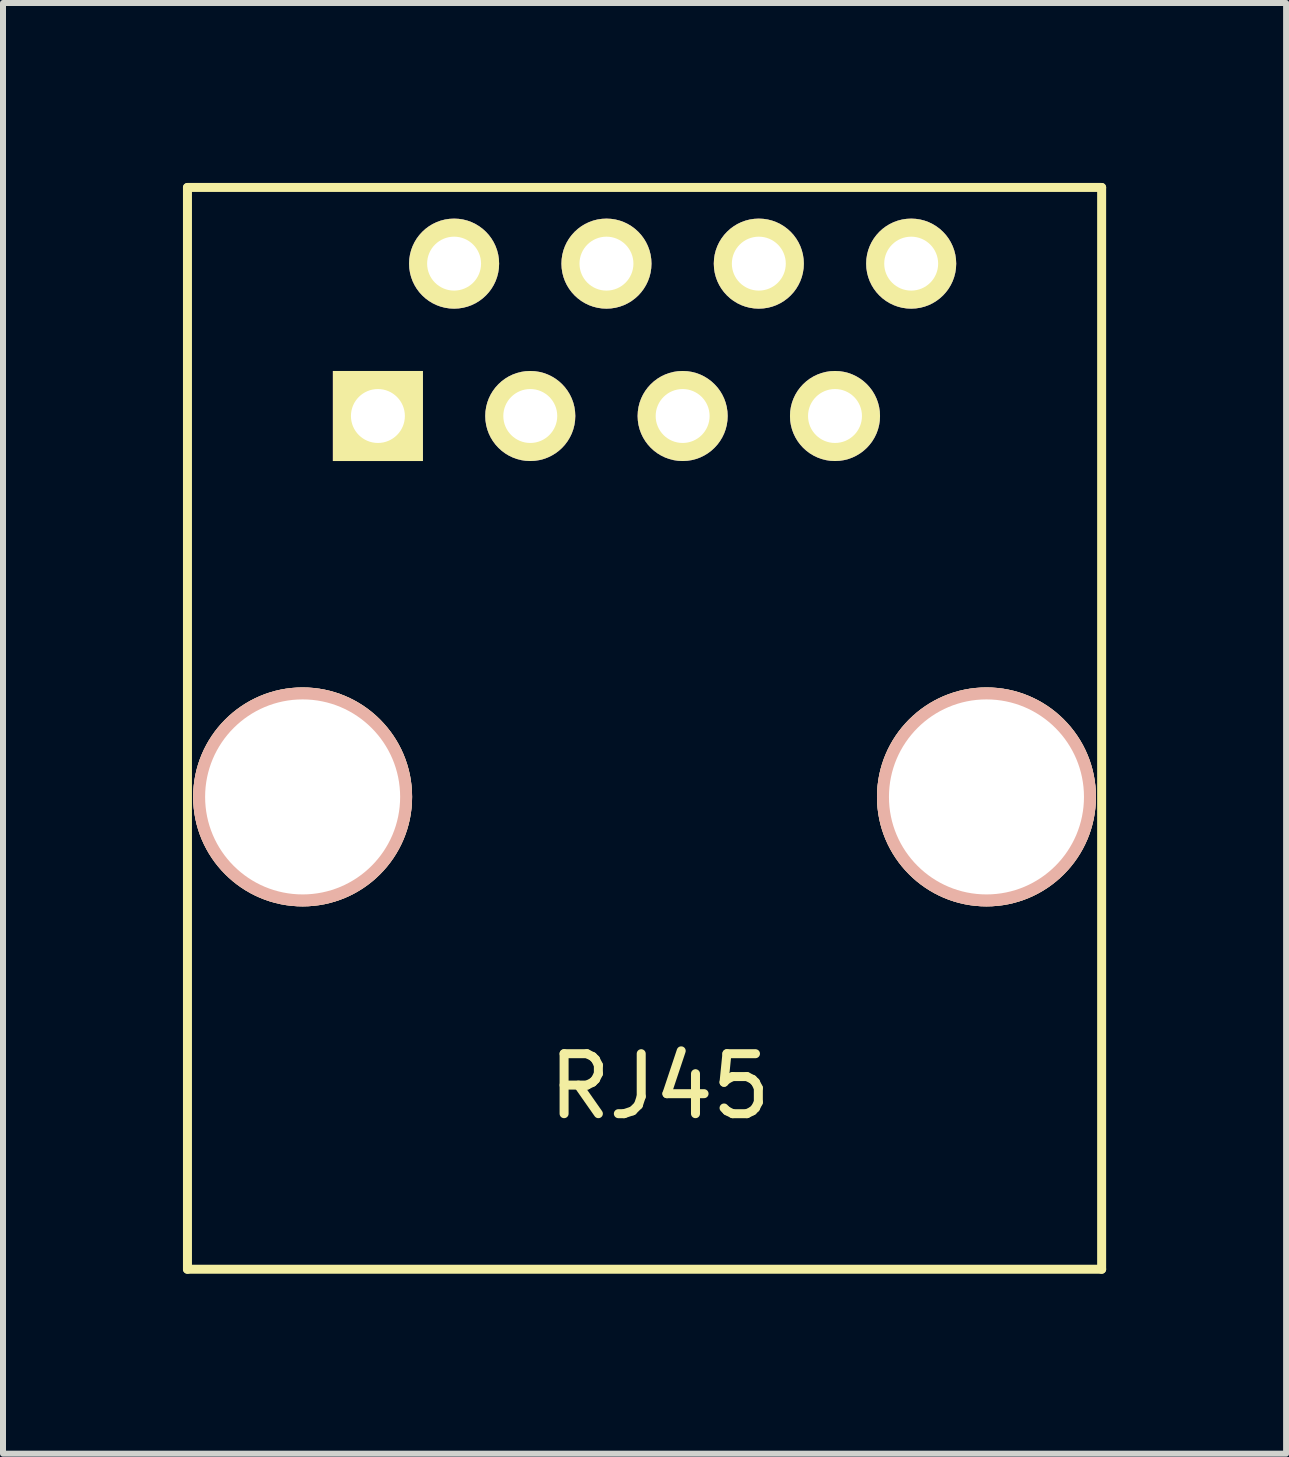
<source format=kicad_pcb>
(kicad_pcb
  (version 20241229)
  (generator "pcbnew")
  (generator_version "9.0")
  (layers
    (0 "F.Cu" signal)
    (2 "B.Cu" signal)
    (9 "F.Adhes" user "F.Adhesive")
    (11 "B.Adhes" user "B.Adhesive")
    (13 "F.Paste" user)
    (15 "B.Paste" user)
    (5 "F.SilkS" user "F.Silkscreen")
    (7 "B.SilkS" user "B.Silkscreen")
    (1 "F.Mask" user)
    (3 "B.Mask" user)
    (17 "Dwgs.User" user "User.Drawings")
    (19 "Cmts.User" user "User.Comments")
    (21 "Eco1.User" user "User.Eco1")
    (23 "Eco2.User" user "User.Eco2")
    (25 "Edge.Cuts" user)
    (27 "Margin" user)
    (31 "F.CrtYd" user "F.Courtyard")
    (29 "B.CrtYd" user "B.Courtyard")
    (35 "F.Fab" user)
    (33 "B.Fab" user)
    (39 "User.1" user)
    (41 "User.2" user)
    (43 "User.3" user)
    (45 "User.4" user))
  (footprint "RJ45"
    (layer "F.Cu")
    (at 7.695 10.235)
    (property "Reference" "RJ45" (at 0.254 4.826 0) (layer "F.SilkS") (effects (font (size 1 1) (thickness 0.15))))
    (attr through_hole)
    (fp_line (start -7.62 -10.16) (end -7.62 7.874) (stroke (width 0.15) (type solid)) (layer "F.SilkS"))
    (fp_line (start -7.62 7.874) (end 7.62 7.874) (stroke (width 0.15) (type solid)) (layer "F.SilkS"))
    (fp_line (start 7.62 -10.16) (end -7.62 -10.16) (stroke (width 0.15) (type solid)) (layer "F.SilkS"))
    (fp_line (start 7.62 7.874) (end 7.62 -10.16) (stroke (width 0.15) (type solid)) (layer "F.SilkS"))
    (pad "" np_thru_hole circle (at -5.7 0) (size 3.65 3.65) (drill 3.251) (layers "*.Cu" "*.SilkS" "*.Mask"))
    (pad "" np_thru_hole circle (at 5.7 0) (size 3.65 3.65) (drill 3.251) (layers "*.Cu" "*.SilkS" "*.Mask"))
    (pad "1" thru_hole rect (at -4.445 -6.35) (size 1.501 1.501) (drill 0.899) (layers "*.Cu" "*.Mask" "F.SilkS"))
    (pad "2" thru_hole circle (at -3.175 -8.89) (size 1.501 1.501) (drill 0.899) (layers "*.Cu" "*.Mask" "F.SilkS"))
    (pad "3" thru_hole circle (at -1.905 -6.35) (size 1.501 1.501) (drill 0.899) (layers "*.Cu" "*.Mask" "F.SilkS"))
    (pad "4" thru_hole circle (at -0.635 -8.89) (size 1.501 1.501) (drill 0.899) (layers "*.Cu" "*.Mask" "F.SilkS"))
    (pad "5" thru_hole circle (at 0.635 -6.35) (size 1.501 1.501) (drill 0.899) (layers "*.Cu" "*.Mask" "F.SilkS"))
    (pad "6" thru_hole circle (at 1.905 -8.89) (size 1.501 1.501) (drill 0.899) (layers "*.Cu" "*.Mask" "F.SilkS"))
    (pad "7" thru_hole circle (at 3.175 -6.35) (size 1.501 1.501) (drill 0.899) (layers "*.Cu" "*.Mask" "F.SilkS"))
    (pad "8" thru_hole circle (at 4.445 -8.89) (size 1.501 1.501) (drill 0.899) (layers "*.Cu" "*.Mask" "F.SilkS")))
  (gr_rect
    (start -3 -3)
    (end 18.39 21.184)
    (stroke (width 0.1) (type default))
    (fill no)
    (layer "Edge.Cuts")))
</source>
